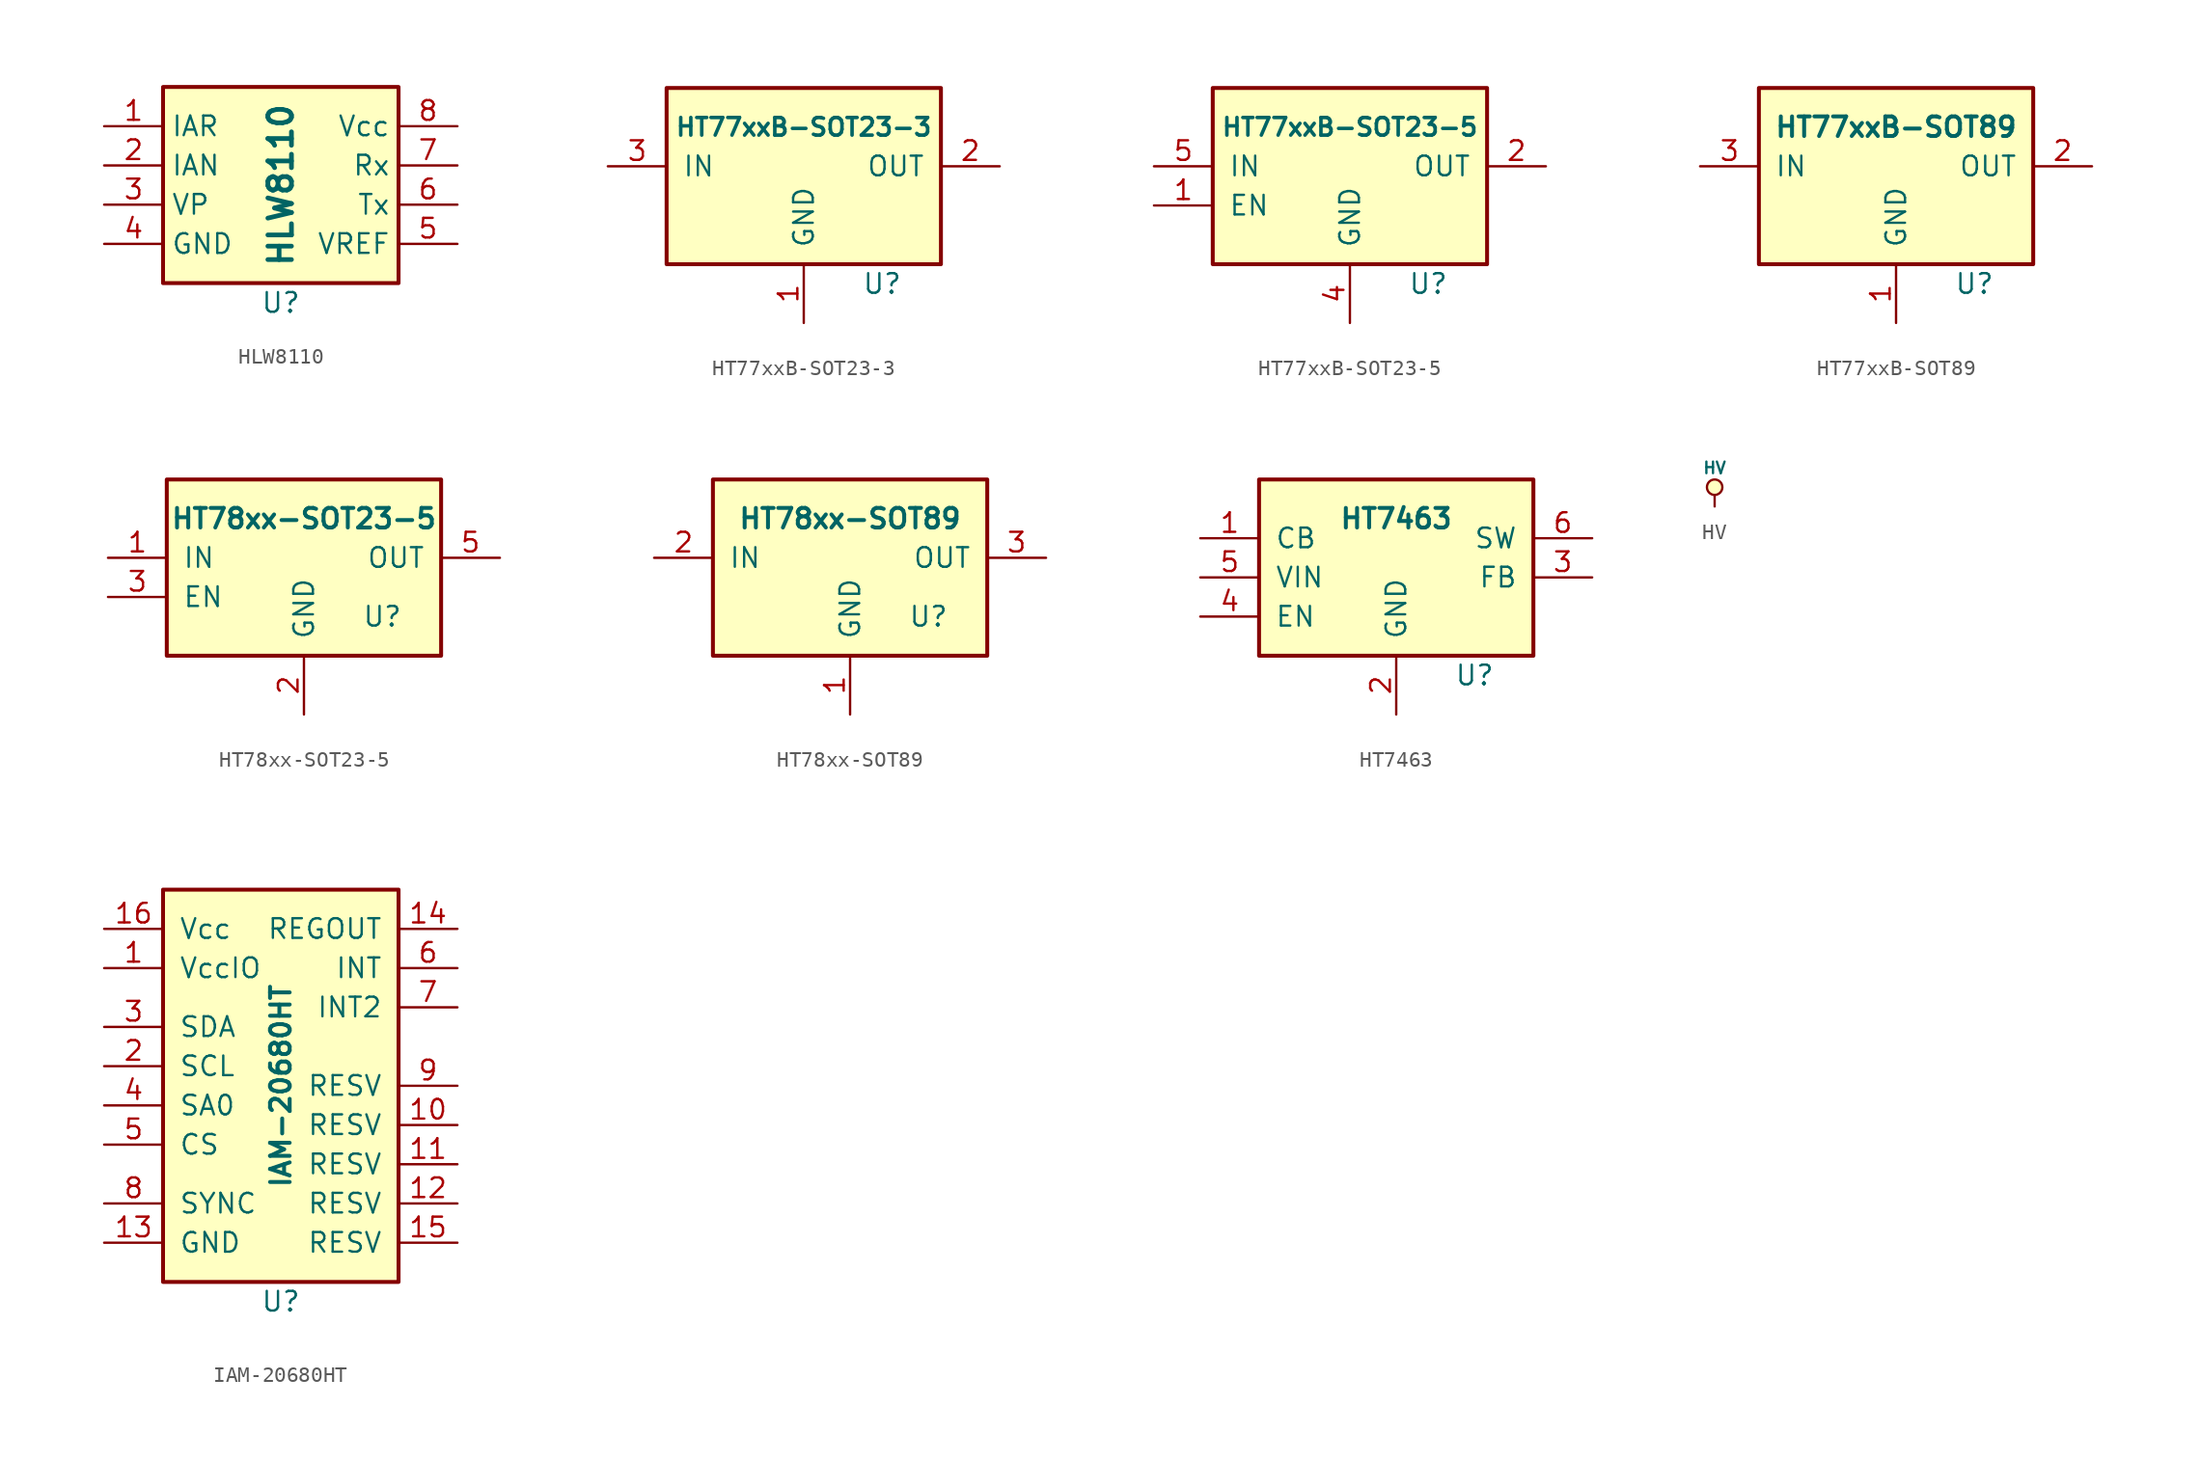
<source format=kicad_sym>
(kicad_symbol_lib
  (version 20231120)
  (generator "kicad_symbol_editor")
  (generator_version "8.0")
  (symbol "HLW8110"
    (property "Reference" "U"
      (at 0 -7.62 0)
      (effects (font (size 1.27 1.27))))
    (property "Value" "HLW8110"
      (at 0 0 90)
      (effects (font (size 1.524 1.524) (bold yes))))
    (symbol "HLW8110_0_1"
      (rectangle (start -7.62 6.35) (end 7.62 -6.35) (stroke (width 0.254) (type default)) (fill (type background))))
    (symbol "HLW8110_1_1"
      (pin passive line (at -11.43 3.81 0) (length 3.81) (name "IAR" (effects (font (size 1.27 1.27)))) (number "1" (effects (font (size 1.27 1.27)))))
      (pin passive line (at -11.43 1.27 0) (length 3.81) (name "IAN" (effects (font (size 1.27 1.27)))) (number "2" (effects (font (size 1.27 1.27)))))
      (pin passive line (at -11.43 -1.27 0) (length 3.81) (name "VP" (effects (font (size 1.27 1.27)))) (number "3" (effects (font (size 1.27 1.27)))))
      (pin passive line (at -11.43 -3.81 0) (length 3.81) (name "GND" (effects (font (size 1.27 1.27)))) (number "4" (effects (font (size 1.27 1.27)))))
      (pin passive line (at 11.43 -3.81 180) (length 3.81) (name "VREF" (effects (font (size 1.27 1.27)))) (number "5" (effects (font (size 1.27 1.27)))))
      (pin passive line (at 11.43 -1.27 180) (length 3.81) (name "Tx" (effects (font (size 1.27 1.27)))) (number "6" (effects (font (size 1.27 1.27)))))
      (pin passive line (at 11.43 1.27 180) (length 3.81) (name "Rx" (effects (font (size 1.27 1.27)))) (number "7" (effects (font (size 1.27 1.27)))))
      (pin passive line (at 11.43 3.81 180) (length 3.81) (name "Vcc" (effects (font (size 1.27 1.27)))) (number "8" (effects (font (size 1.27 1.27)))))))
  (symbol "HT77xxB-SOT23-3"
    (pin_names
      (offset 1.016))
    (property "Reference" "U"
      (at 5.08 -6.35 0)
      (effects (font (size 1.27 1.27))))
    (property "Value" "HT77xxB-SOT23-3"
      (at 0 3.81 0)
      (effects (font (size 1.143 1.143) (bold yes))))
    (symbol "HT77xxB-SOT23-3_0_1"
      (rectangle (start -8.89 6.35) (end 8.89 -5.08) (stroke (width 0.254) (type default)) (fill (type background))))
    (symbol "HT77xxB-SOT23-3_1_1"
      (pin passive line (at 0 -8.89 90) (length 3.81) (name "GND" (effects (font (size 1.27 1.27)))) (number "1" (effects (font (size 1.27 1.27)))))
      (pin passive line (at 12.7 1.27 180) (length 3.81) (name "OUT" (effects (font (size 1.27 1.27)))) (number "2" (effects (font (size 1.27 1.27)))))
      (pin passive line (at -12.7 1.27 0) (length 3.81) (name "IN" (effects (font (size 1.27 1.27)))) (number "3" (effects (font (size 1.27 1.27)))))))
  (symbol "HT77xxB-SOT23-5"
    (pin_names
      (offset 1.016))
    (property "Reference" "U"
      (at 5.08 -6.35 0)
      (effects (font (size 1.27 1.27))))
    (property "Value" "HT77xxB-SOT23-5"
      (at 0 3.81 0)
      (effects (font (size 1.143 1.143) (bold yes))))
    (symbol "HT77xxB-SOT23-5_0_1"
      (rectangle (start -8.89 6.35) (end 8.89 -5.08) (stroke (width 0.254) (type default)) (fill (type background))))
    (symbol "HT77xxB-SOT23-5_1_1"
      (pin passive line (at -12.7 -1.27 0) (length 3.81) (name "EN" (effects (font (size 1.27 1.27)))) (number "1" (effects (font (size 1.27 1.27)))))
      (pin passive line (at 12.7 1.27 180) (length 3.81) (name "OUT" (effects (font (size 1.27 1.27)))) (number "2" (effects (font (size 1.27 1.27)))))
      (pin passive line (at 0 -8.89 90) (length 3.81) (name "GND" (effects (font (size 1.27 1.27)))) (number "4" (effects (font (size 1.27 1.27)))))
      (pin passive line (at -12.7 1.27 0) (length 3.81) (name "IN" (effects (font (size 1.27 1.27)))) (number "5" (effects (font (size 1.27 1.27)))))))
  (symbol "HT77xxB-SOT89"
    (pin_names
      (offset 1.016))
    (property "Reference" "U"
      (at 5.08 -6.35 0)
      (effects (font (size 1.27 1.27))))
    (property "Value" "HT77xxB-SOT89"
      (at 0 3.81 0)
      (effects (font (size 1.27 1.27) (bold yes))))
    (symbol "HT77xxB-SOT89_0_1"
      (rectangle (start -8.89 6.35) (end 8.89 -5.08) (stroke (width 0.254) (type default)) (fill (type background))))
    (symbol "HT77xxB-SOT89_1_1"
      (pin passive line (at 0 -8.89 90) (length 3.81) (name "GND" (effects (font (size 1.27 1.27)))) (number "1" (effects (font (size 1.27 1.27)))))
      (pin passive line (at 12.7 1.27 180) (length 3.81) (name "OUT" (effects (font (size 1.27 1.27)))) (number "2" (effects (font (size 1.27 1.27)))))
      (pin passive line (at -12.7 1.27 0) (length 3.81) (name "IN" (effects (font (size 1.27 1.27)))) (number "3" (effects (font (size 1.27 1.27)))))))
  (symbol "HT78xx-SOT23-5"
    (pin_names
      (offset 1.016))
    (property "Reference" "U"
      (at 5.08 -2.54 0)
      (effects (font (size 1.27 1.27))))
    (property "Value" "HT78xx-SOT23-5"
      (at 0 3.81 0)
      (effects (font (size 1.27 1.27) (bold yes))))
    (symbol "HT78xx-SOT23-5_0_1"
      (rectangle (start -8.89 6.35) (end 8.89 -5.08) (stroke (width 0.254) (type default)) (fill (type background))))
    (symbol "HT78xx-SOT23-5_1_1"
      (pin passive line (at -12.7 1.27 0) (length 3.81) (name "IN" (effects (font (size 1.27 1.27)))) (number "1" (effects (font (size 1.27 1.27)))))
      (pin passive line (at 0 -8.89 90) (length 3.81) (name "GND" (effects (font (size 1.27 1.27)))) (number "2" (effects (font (size 1.27 1.27)))))
      (pin passive line (at -12.7 -1.27 0) (length 3.81) (name "EN" (effects (font (size 1.27 1.27)))) (number "3" (effects (font (size 1.27 1.27)))))
      (pin no_connect line (at -2.54 -3.81 180) (length 2.54) hide (name "NC" (effects (font (size 1.27 1.27)))) (number "4" (effects (font (size 1.27 1.27)))))
      (pin passive line (at 12.7 1.27 180) (length 3.81) (name "OUT" (effects (font (size 1.27 1.27)))) (number "5" (effects (font (size 1.27 1.27)))))))
  (symbol "HT78xx-SOT89"
    (pin_names
      (offset 1.016))
    (property "Reference" "U"
      (at 5.08 -2.54 0)
      (effects (font (size 1.27 1.27))))
    (property "Value" "HT78xx-SOT89"
      (at 0 3.81 0)
      (effects (font (size 1.27 1.27) (bold yes))))
    (symbol "HT78xx-SOT89_0_1"
      (rectangle (start -8.89 6.35) (end 8.89 -5.08) (stroke (width 0.254) (type default)) (fill (type background))))
    (symbol "HT78xx-SOT89_1_1"
      (pin passive line (at 0 -8.89 90) (length 3.81) (name "GND" (effects (font (size 1.27 1.27)))) (number "1" (effects (font (size 1.27 1.27)))))
      (pin passive line (at -12.7 1.27 0) (length 3.81) (name "IN" (effects (font (size 1.27 1.27)))) (number "2" (effects (font (size 1.27 1.27)))))
      (pin passive line (at 12.7 1.27 180) (length 3.81) (name "OUT" (effects (font (size 1.27 1.27)))) (number "3" (effects (font (size 1.27 1.27)))))))
  (symbol "HT7463"
    (pin_names
      (offset 1.016))
    (property "Reference" "U"
      (at 5.08 -7.62 0)
      (effects (font (size 1.27 1.27))))
    (property "Value" "HT7463"
      (at 0 2.54 0)
      (effects (font (size 1.27 1.27) (bold yes))))
    (symbol "HT7463_0_0"
      (pin passive line (at -12.7 1.27 0) (length 3.81) (name "CB" (effects (font (size 1.27 1.27)))) (number "1" (effects (font (size 1.27 1.27)))))
      (pin passive line (at 0 -10.16 90) (length 3.81) (name "GND" (effects (font (size 1.27 1.27)))) (number "2" (effects (font (size 1.27 1.27)))))
      (pin passive line (at 12.7 -1.27 180) (length 3.81) (name "FB" (effects (font (size 1.27 1.27)))) (number "3" (effects (font (size 1.27 1.27)))))
      (pin passive line (at -12.7 -3.81 0) (length 3.81) (name "EN" (effects (font (size 1.27 1.27)))) (number "4" (effects (font (size 1.27 1.27)))))
      (pin passive line (at -12.7 -1.27 0) (length 3.81) (name "VIN" (effects (font (size 1.27 1.27)))) (number "5" (effects (font (size 1.27 1.27)))))
      (pin passive line (at 12.7 1.27 180) (length 3.81) (name "SW" (effects (font (size 1.27 1.27)))) (number "6" (effects (font (size 1.27 1.27))))))
    (symbol "HT7463_0_1"
      (rectangle (start -8.89 5.08) (end 8.89 -6.35) (stroke (width 0.254) (type default)) (fill (type background)))))
  (symbol "HV"
    (power)
    (pin_names
      (offset 0))
    (property "Reference" "#PWR"
      (at 0 2.54 0)
      (effects (font (size 0.762 0.762)) (hide yes)))
    (property "Value" "HV"
      (at 0 2.54 0)
      (effects (font (size 0.762 0.762))))
    (property "Footprint" ""
      (at 0 0 0)
      (effects (font (size 1.524 1.524))))
    (property "Datasheet" ""
      (at 0 0 0)
      (effects (font (size 1.524 1.524))))
    (symbol "HV_0_0"
      (pin power_in line (at 0 0 90) (length 0) hide (name "HV" (effects (font (size 0.508 0.508)))) (number "1" (effects (font (size 0.508 0.508))))))
    (symbol "HV_0_1"
      (polyline (pts (xy 0 0) (xy 0 0.762) (xy 0 0.762)) (stroke (width 0) (type default)) (fill (type none)))
      (circle (center 0 1.27) (radius 0.508) (stroke (width 0) (type default)) (fill (type background)))))
  (symbol "IAM-20680HT"
    (pin_names
      (offset 1.016))
    (property "Reference" "U"
      (at 0 -13.97 0)
      (effects (font (size 1.27 1.27))))
    (property "Value" "IAM-20680HT"
      (at 0 0 90)
      (effects (font (size 1.27 1.27) (bold yes))))
    (symbol "IAM-20680HT_0_1"
      (rectangle (start -7.62 12.7) (end 7.62 -12.7) (stroke (width 0.254) (type default)) (fill (type background))))
    (symbol "IAM-20680HT_1_1"
      (pin passive line (at -11.43 7.62 0) (length 3.81) (name "VccIO" (effects (font (size 1.27 1.27)))) (number "1" (effects (font (size 1.27 1.27)))))
      (pin passive line (at 11.43 -2.54 180) (length 3.81) (name "RESV" (effects (font (size 1.27 1.27)))) (number "10" (effects (font (size 1.27 1.27)))))
      (pin passive line (at 11.43 -5.08 180) (length 3.81) (name "RESV" (effects (font (size 1.27 1.27)))) (number "11" (effects (font (size 1.27 1.27)))))
      (pin passive line (at 11.43 -7.62 180) (length 3.81) (name "RESV" (effects (font (size 1.27 1.27)))) (number "12" (effects (font (size 1.27 1.27)))))
      (pin passive line (at -11.43 -10.16 0) (length 3.81) (name "GND" (effects (font (size 1.27 1.27)))) (number "13" (effects (font (size 1.27 1.27)))))
      (pin passive line (at 11.43 10.16 180) (length 3.81) (name "REGOUT" (effects (font (size 1.27 1.27)))) (number "14" (effects (font (size 1.27 1.27)))))
      (pin passive line (at 11.43 -10.16 180) (length 3.81) (name "RESV" (effects (font (size 1.27 1.27)))) (number "15" (effects (font (size 1.27 1.27)))))
      (pin passive line (at -11.43 10.16 0) (length 3.81) (name "Vcc" (effects (font (size 1.27 1.27)))) (number "16" (effects (font (size 1.27 1.27)))))
      (pin passive line (at -11.43 1.27 0) (length 3.81) (name "SCL" (effects (font (size 1.27 1.27)))) (number "2" (effects (font (size 1.27 1.27)))))
      (pin passive line (at -11.43 3.81 0) (length 3.81) (name "SDA" (effects (font (size 1.27 1.27)))) (number "3" (effects (font (size 1.27 1.27)))))
      (pin passive line (at -11.43 -1.27 0) (length 3.81) (name "SA0" (effects (font (size 1.27 1.27)))) (number "4" (effects (font (size 1.27 1.27)))))
      (pin passive line (at -11.43 -3.81 0) (length 3.81) (name "CS" (effects (font (size 1.27 1.27)))) (number "5" (effects (font (size 1.27 1.27)))))
      (pin passive line (at 11.43 7.62 180) (length 3.81) (name "INT" (effects (font (size 1.27 1.27)))) (number "6" (effects (font (size 1.27 1.27)))))
      (pin passive line (at 11.43 5.08 180) (length 3.81) (name "INT2" (effects (font (size 1.27 1.27)))) (number "7" (effects (font (size 1.27 1.27)))))
      (pin passive line (at -11.43 -7.62 0) (length 3.81) (name "SYNC" (effects (font (size 1.27 1.27)))) (number "8" (effects (font (size 1.27 1.27)))))
      (pin passive line (at 11.43 0 180) (length 3.81) (name "RESV" (effects (font (size 1.27 1.27)))) (number "9" (effects (font (size 1.27 1.27))))))))
</source>
